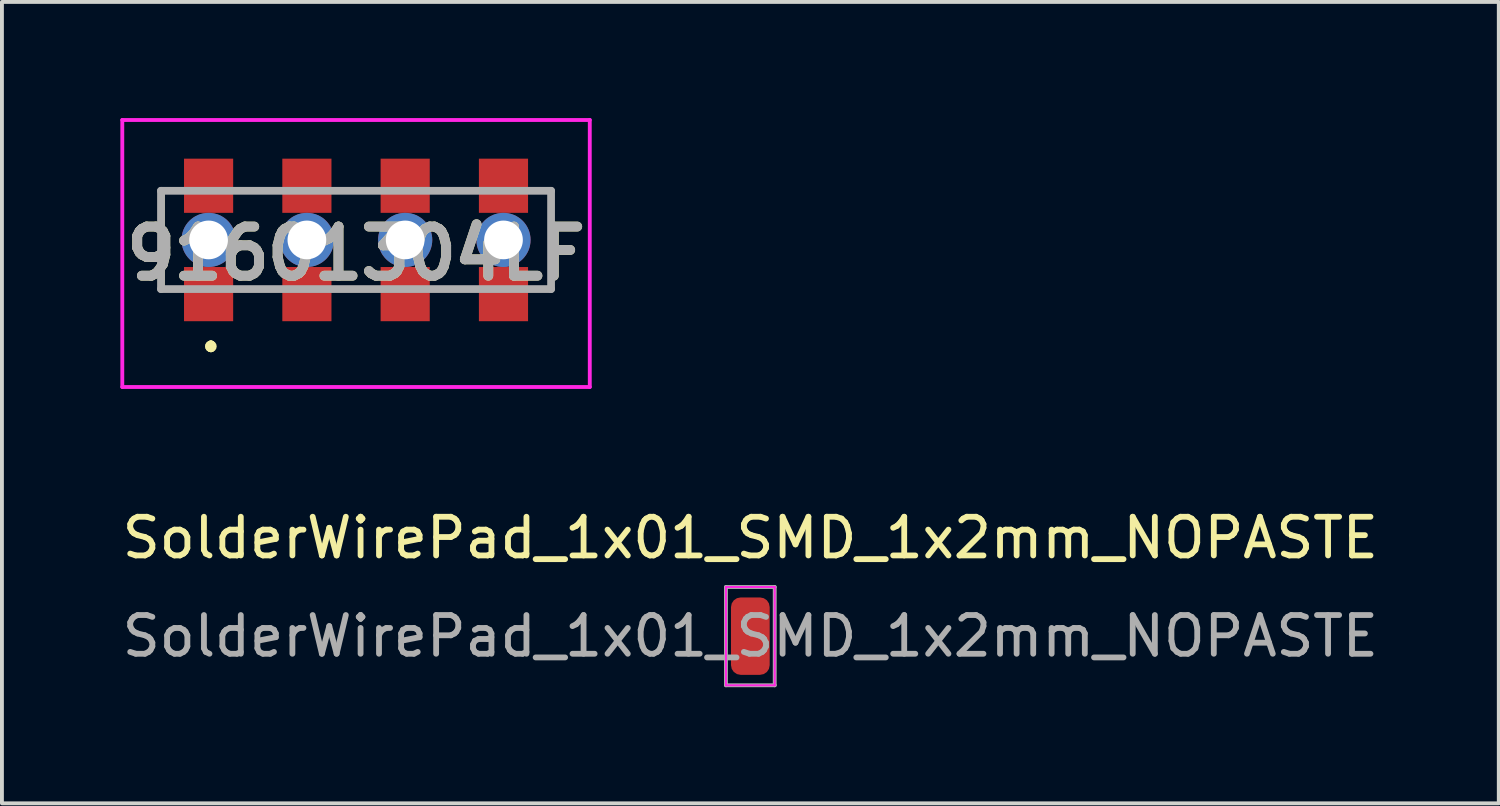
<source format=kicad_pcb>
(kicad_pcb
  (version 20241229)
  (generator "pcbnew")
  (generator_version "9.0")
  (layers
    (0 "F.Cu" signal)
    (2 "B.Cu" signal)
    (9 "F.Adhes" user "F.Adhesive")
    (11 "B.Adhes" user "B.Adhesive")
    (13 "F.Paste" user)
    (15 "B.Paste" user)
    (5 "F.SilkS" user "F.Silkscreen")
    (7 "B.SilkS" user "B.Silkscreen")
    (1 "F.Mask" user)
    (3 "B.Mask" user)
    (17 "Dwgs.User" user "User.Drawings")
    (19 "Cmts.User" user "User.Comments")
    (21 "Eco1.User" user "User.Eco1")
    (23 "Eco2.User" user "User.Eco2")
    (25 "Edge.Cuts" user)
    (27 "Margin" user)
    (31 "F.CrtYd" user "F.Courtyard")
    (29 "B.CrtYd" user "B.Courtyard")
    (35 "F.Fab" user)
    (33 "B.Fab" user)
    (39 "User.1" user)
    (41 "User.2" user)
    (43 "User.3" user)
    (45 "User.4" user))
  (footprint "SolderWirePad_1x01_SMD_1x2mm_NOPASTE"
    (layer "F.Cu")
    (at 16.339 13.388)
    (property "Reference" "SolderWirePad_1x01_SMD_1x2mm_NOPASTE" (at 0 -2.54 0) (layer "F.SilkS") (effects (font (size 1 1) (thickness 0.15))))
    (attr exclude_from_pos_files exclude_from_bom)
    (fp_line (start -0.63 -1.27) (end -0.63 1.27) (stroke (width 0.05) (type solid)) (layer "F.CrtYd"))
    (fp_line (start -0.63 1.27) (end 0.63 1.27) (stroke (width 0.05) (type solid)) (layer "F.CrtYd"))
    (fp_line (start 0.63 -1.27) (end -0.63 -1.27) (stroke (width 0.05) (type solid)) (layer "F.CrtYd"))
    (fp_line (start 0.63 1.27) (end 0.63 -1.27) (stroke (width 0.05) (type solid)) (layer "F.CrtYd"))
    (fp_line (start -0.63 -1.27) (end 0.63 -1.27) (stroke (width 0.1) (type solid)) (layer "F.Fab"))
    (fp_line (start -0.63 1.27) (end -0.63 -1.27) (stroke (width 0.1) (type solid)) (layer "F.Fab"))
    (fp_line (start 0.63 -1.27) (end 0.63 1.27) (stroke (width 0.1) (type solid)) (layer "F.Fab"))
    (fp_line (start 0.63 1.27) (end -0.63 1.27) (stroke (width 0.1) (type solid)) (layer "F.Fab"))
    (fp_text user "${REFERENCE}" (at 0 0 0) (layer "F.Fab") (effects (font (size 1 1) (thickness 0.15))))
    (pad "1" smd roundrect (at 0 0) (size 1 2) (layers "F.Cu" "F.Mask") (roundrect_rratio 0.25)))
  (footprint "91601304LF"
    (layer "F.Cu")
    (at 6.15 3.15)
    (property "Reference" "91601304LF" (at 0 0.35 0) (layer "F.SilkS") (effects (font (size 1.27 1.27) (thickness 0.254))))
    (attr smd)
    (fp_line (start -5 -1.25) (end -5 -1.25) (stroke (width 0.1) (type solid)) (layer "F.SilkS"))
    (fp_line (start -5 -1.25) (end -5 1.25) (stroke (width 0.1) (type solid)) (layer "F.SilkS"))
    (fp_line (start -5 1.25) (end -5 -1.25) (stroke (width 0.1) (type solid)) (layer "F.SilkS"))
    (fp_line (start -5 1.25) (end -5 1.25) (stroke (width 0.1) (type solid)) (layer "F.SilkS"))
    (fp_line (start -3.75 2.7) (end -3.75 2.7) (stroke (width 0.2) (type solid)) (layer "F.SilkS"))
    (fp_line (start -3.75 2.7) (end -3.75 2.7) (stroke (width 0.2) (type solid)) (layer "F.SilkS"))
    (fp_line (start -3.75 2.8) (end -3.75 2.8) (stroke (width 0.2) (type solid)) (layer "F.SilkS"))
    (fp_line (start 5.04 -1.25) (end 5.04 -1.25) (stroke (width 0.1) (type solid)) (layer "F.SilkS"))
    (fp_line (start 5.04 -1.25) (end 5.04 1.27) (stroke (width 0.1) (type solid)) (layer "F.SilkS"))
    (fp_line (start 5.04 1.27) (end 5.04 -1.25) (stroke (width 0.1) (type solid)) (layer "F.SilkS"))
    (fp_line (start 5.04 1.27) (end 5.04 1.27) (stroke (width 0.1) (type solid)) (layer "F.SilkS"))
    (fp_arc (start -3.75 2.7) (mid -3.7 2.75) (end -3.75 2.8) (stroke (width 0.2) (type solid)) (layer "F.SilkS"))
    (fp_arc (start -3.75 2.8) (mid -3.8 2.75) (end -3.75 2.7) (stroke (width 0.2) (type solid)) (layer "F.SilkS"))
    (fp_arc (start -3.75 2.8) (mid -3.8 2.75) (end -3.75 2.7) (stroke (width 0.2) (type solid)) (layer "F.SilkS"))
    (fp_line (start -6.04 -3.1) (end 6.04 -3.1) (stroke (width 0.1) (type solid)) (layer "F.CrtYd"))
    (fp_line (start -6.04 3.8) (end -6.04 -3.1) (stroke (width 0.1) (type solid)) (layer "F.CrtYd"))
    (fp_line (start 6.04 -3.1) (end 6.04 3.8) (stroke (width 0.1) (type solid)) (layer "F.CrtYd"))
    (fp_line (start 6.04 3.8) (end -6.04 3.8) (stroke (width 0.1) (type solid)) (layer "F.CrtYd"))
    (fp_line (start -5.04 -1.27) (end -5.04 1.27) (stroke (width 0.2) (type solid)) (layer "F.Fab"))
    (fp_line (start -5.04 1.27) (end 5.04 1.27) (stroke (width 0.2) (type solid)) (layer "F.Fab"))
    (fp_line (start 5.04 -1.27) (end -5.04 -1.27) (stroke (width 0.2) (type solid)) (layer "F.Fab"))
    (fp_line (start 5.04 1.27) (end 5.04 -1.27) (stroke (width 0.2) (type solid)) (layer "F.Fab"))
    (fp_text user "${REFERENCE}" (at 0 0.35 0) (layer "F.Fab") (effects (font (size 1.27 1.27) (thickness 0.254))))
    (pad "1" smd rect (at -3.81 -1.4) (size 1.27 1.4) (layers "F.Cu" "F.Mask" "F.Paste"))
    (pad "1" thru_hole circle (at -3.81 0) (size 1.4 1.4) (drill 1) (layers "*.Cu" "*.Mask"))
    (pad "1" smd rect (at -3.81 1.4) (size 1.27 1.4) (layers "F.Cu" "F.Mask" "F.Paste"))
    (pad "3" smd rect (at -1.27 -1.4) (size 1.27 1.4) (layers "F.Cu" "F.Mask" "F.Paste"))
    (pad "3" thru_hole circle (at -1.27 0) (size 1.4 1.4) (drill 1) (layers "*.Cu" "*.Mask"))
    (pad "3" smd rect (at -1.27 1.4) (size 1.27 1.4) (layers "F.Cu" "F.Mask" "F.Paste"))
    (pad "5" smd rect (at 1.27 -1.4) (size 1.27 1.4) (layers "F.Cu" "F.Mask" "F.Paste"))
    (pad "5" thru_hole circle (at 1.27 0) (size 1.4 1.4) (drill 1) (layers "*.Cu" "*.Mask"))
    (pad "5" smd rect (at 1.27 1.4) (size 1.27 1.4) (layers "F.Cu" "F.Mask" "F.Paste"))
    (pad "7" smd rect (at 3.81 -1.4) (size 1.27 1.4) (layers "F.Cu" "F.Mask" "F.Paste"))
    (pad "7" thru_hole circle (at 3.81 0) (size 1.4 1.4) (drill 1) (layers "*.Cu" "*.Mask"))
    (pad "7" smd rect (at 3.81 1.4) (size 1.27 1.4) (layers "F.Cu" "F.Mask" "F.Paste")))
  (gr_rect
    (start -3 -3)
    (end 35.679 17.708)
    (stroke (width 0.1) (type default))
    (fill no)
    (layer "Edge.Cuts")))
</source>
